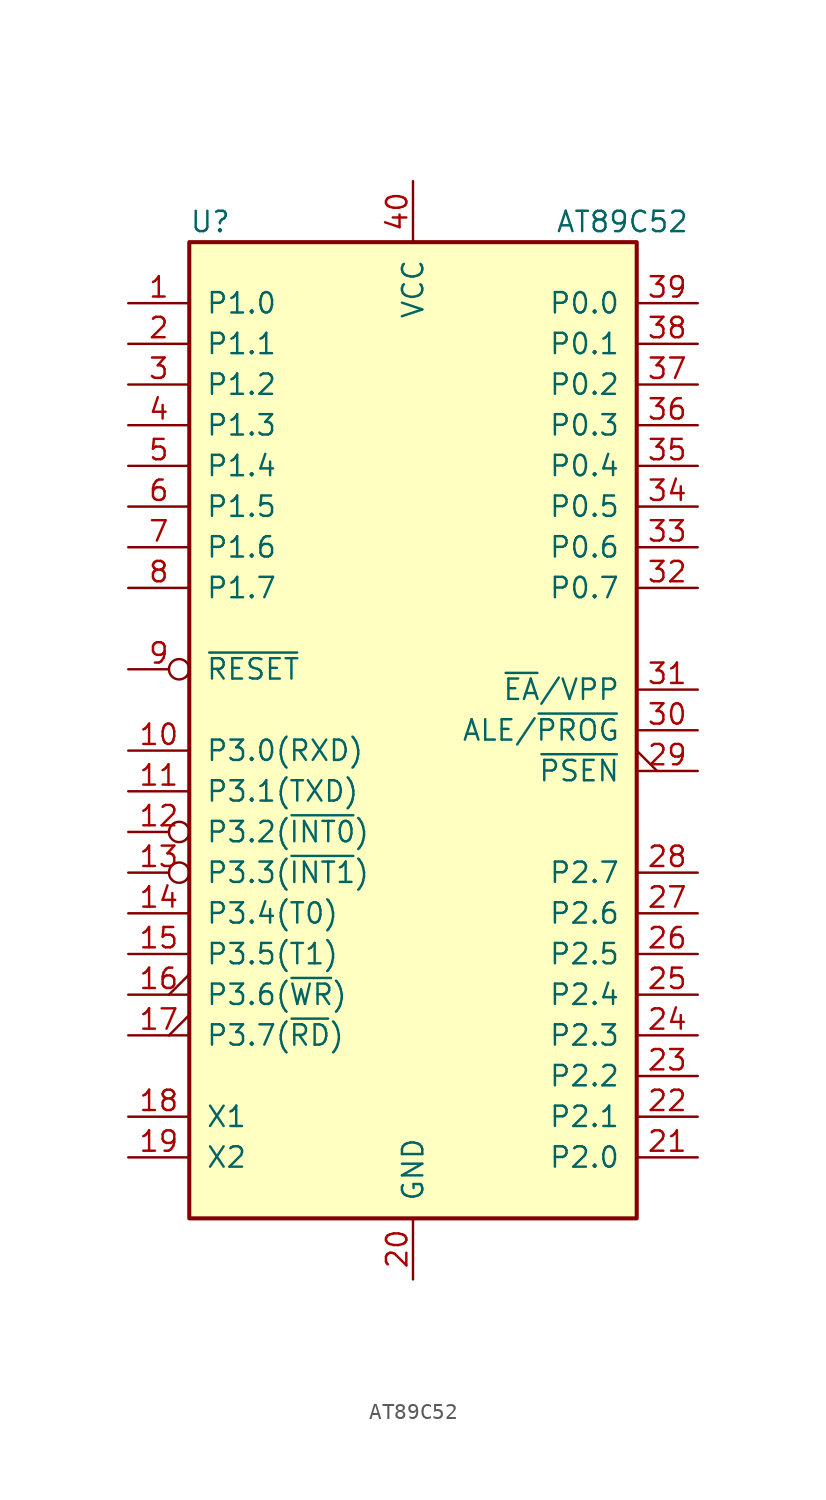
<source format=kicad_sym>
(kicad_symbol_lib
  (version 20220914)
  (generator kicad_symbol_editor)
  (symbol "AT89C52"
    (pin_names
      (offset 1.016))
    (property "Reference" "U"
      (at -13.97 31.75 0)
      (effects (font (size 1.27 1.27)) (justify left)))
    (property "Value" "AT89C52"
      (at 8.89 31.75 0)
      (effects (font (size 1.27 1.27)) (justify left)))
    (symbol "AT89C52_1_1"
      (rectangle (start -13.97 30.48) (end 13.97 -30.48) (stroke (width 0.254) (type default)) (fill (type background)))
      (pin bidirectional line (at -17.78 26.67 0) (length 3.81) (name "P1.0" (effects (font (size 1.27 1.27)))) (number "1" (effects (font (size 1.27 1.27)))))
      (pin bidirectional line (at -17.78 -1.27 0) (length 3.81) (name "P3.0(RXD)" (effects (font (size 1.27 1.27)))) (number "10" (effects (font (size 1.27 1.27)))))
      (pin bidirectional line (at -17.78 -3.81 0) (length 3.81) (name "P3.1(TXD)" (effects (font (size 1.27 1.27)))) (number "11" (effects (font (size 1.27 1.27)))))
      (pin input inverted (at -17.78 -6.35 0) (length 3.81) (name "P3.2(~{INT0})" (effects (font (size 1.27 1.27)))) (number "12" (effects (font (size 1.27 1.27)))))
      (pin input inverted (at -17.78 -8.89 0) (length 3.81) (name "P3.3(~{INT1})" (effects (font (size 1.27 1.27)))) (number "13" (effects (font (size 1.27 1.27)))))
      (pin input line (at -17.78 -11.43 0) (length 3.81) (name "P3.4(T0)" (effects (font (size 1.27 1.27)))) (number "14" (effects (font (size 1.27 1.27)))))
      (pin input line (at -17.78 -13.97 0) (length 3.81) (name "P3.5(T1)" (effects (font (size 1.27 1.27)))) (number "15" (effects (font (size 1.27 1.27)))))
      (pin output output_low (at -17.78 -16.51 0) (length 3.81) (name "P3.6(~{WR})" (effects (font (size 1.27 1.27)))) (number "16" (effects (font (size 1.27 1.27)))))
      (pin output output_low (at -17.78 -19.05 0) (length 3.81) (name "P3.7(~{RD})" (effects (font (size 1.27 1.27)))) (number "17" (effects (font (size 1.27 1.27)))))
      (pin input line (at -17.78 -24.13 0) (length 3.81) (name "X1" (effects (font (size 1.27 1.27)))) (number "18" (effects (font (size 1.27 1.27)))))
      (pin output line (at -17.78 -26.67 0) (length 3.81) (name "X2" (effects (font (size 1.27 1.27)))) (number "19" (effects (font (size 1.27 1.27)))))
      (pin bidirectional line (at -17.78 24.13 0) (length 3.81) (name "P1.1" (effects (font (size 1.27 1.27)))) (number "2" (effects (font (size 1.27 1.27)))))
      (pin power_in line (at 0 -34.29 90) (length 3.81) (name "GND" (effects (font (size 1.27 1.27)))) (number "20" (effects (font (size 1.27 1.27)))))
      (pin bidirectional line (at 17.78 -26.67 180) (length 3.81) (name "P2.0" (effects (font (size 1.27 1.27)))) (number "21" (effects (font (size 1.27 1.27)))))
      (pin bidirectional line (at 17.78 -24.13 180) (length 3.81) (name "P2.1" (effects (font (size 1.27 1.27)))) (number "22" (effects (font (size 1.27 1.27)))))
      (pin bidirectional line (at 17.78 -21.59 180) (length 3.81) (name "P2.2" (effects (font (size 1.27 1.27)))) (number "23" (effects (font (size 1.27 1.27)))))
      (pin bidirectional line (at 17.78 -19.05 180) (length 3.81) (name "P2.3" (effects (font (size 1.27 1.27)))) (number "24" (effects (font (size 1.27 1.27)))))
      (pin bidirectional line (at 17.78 -16.51 180) (length 3.81) (name "P2.4" (effects (font (size 1.27 1.27)))) (number "25" (effects (font (size 1.27 1.27)))))
      (pin bidirectional line (at 17.78 -13.97 180) (length 3.81) (name "P2.5" (effects (font (size 1.27 1.27)))) (number "26" (effects (font (size 1.27 1.27)))))
      (pin bidirectional line (at 17.78 -11.43 180) (length 3.81) (name "P2.6" (effects (font (size 1.27 1.27)))) (number "27" (effects (font (size 1.27 1.27)))))
      (pin bidirectional line (at 17.78 -8.89 180) (length 3.81) (name "P2.7" (effects (font (size 1.27 1.27)))) (number "28" (effects (font (size 1.27 1.27)))))
      (pin output output_low (at 17.78 -2.54 180) (length 3.81) (name "~{PSEN}" (effects (font (size 1.27 1.27)))) (number "29" (effects (font (size 1.27 1.27)))))
      (pin bidirectional line (at -17.78 21.59 0) (length 3.81) (name "P1.2" (effects (font (size 1.27 1.27)))) (number "3" (effects (font (size 1.27 1.27)))))
      (pin output line (at 17.78 0 180) (length 3.81) (name "ALE/~{PROG}" (effects (font (size 1.27 1.27)))) (number "30" (effects (font (size 1.27 1.27)))))
      (pin input line (at 17.78 2.54 180) (length 3.81) (name "~{EA}/VPP" (effects (font (size 1.27 1.27)))) (number "31" (effects (font (size 1.27 1.27)))))
      (pin bidirectional line (at 17.78 8.89 180) (length 3.81) (name "P0.7" (effects (font (size 1.27 1.27)))) (number "32" (effects (font (size 1.27 1.27)))))
      (pin bidirectional line (at 17.78 11.43 180) (length 3.81) (name "P0.6" (effects (font (size 1.27 1.27)))) (number "33" (effects (font (size 1.27 1.27)))))
      (pin bidirectional line (at 17.78 13.97 180) (length 3.81) (name "P0.5" (effects (font (size 1.27 1.27)))) (number "34" (effects (font (size 1.27 1.27)))))
      (pin bidirectional line (at 17.78 16.51 180) (length 3.81) (name "P0.4" (effects (font (size 1.27 1.27)))) (number "35" (effects (font (size 1.27 1.27)))))
      (pin bidirectional line (at 17.78 19.05 180) (length 3.81) (name "P0.3" (effects (font (size 1.27 1.27)))) (number "36" (effects (font (size 1.27 1.27)))))
      (pin bidirectional line (at 17.78 21.59 180) (length 3.81) (name "P0.2" (effects (font (size 1.27 1.27)))) (number "37" (effects (font (size 1.27 1.27)))))
      (pin bidirectional line (at 17.78 24.13 180) (length 3.81) (name "P0.1" (effects (font (size 1.27 1.27)))) (number "38" (effects (font (size 1.27 1.27)))))
      (pin bidirectional line (at 17.78 26.67 180) (length 3.81) (name "P0.0" (effects (font (size 1.27 1.27)))) (number "39" (effects (font (size 1.27 1.27)))))
      (pin bidirectional line (at -17.78 19.05 0) (length 3.81) (name "P1.3" (effects (font (size 1.27 1.27)))) (number "4" (effects (font (size 1.27 1.27)))))
      (pin power_in line (at 0 34.29 270) (length 3.81) (name "VCC" (effects (font (size 1.27 1.27)))) (number "40" (effects (font (size 1.27 1.27)))))
      (pin bidirectional line (at -17.78 16.51 0) (length 3.81) (name "P1.4" (effects (font (size 1.27 1.27)))) (number "5" (effects (font (size 1.27 1.27)))))
      (pin bidirectional line (at -17.78 13.97 0) (length 3.81) (name "P1.5" (effects (font (size 1.27 1.27)))) (number "6" (effects (font (size 1.27 1.27)))))
      (pin bidirectional line (at -17.78 11.43 0) (length 3.81) (name "P1.6" (effects (font (size 1.27 1.27)))) (number "7" (effects (font (size 1.27 1.27)))))
      (pin bidirectional line (at -17.78 8.89 0) (length 3.81) (name "P1.7" (effects (font (size 1.27 1.27)))) (number "8" (effects (font (size 1.27 1.27)))))
      (pin input inverted (at -17.78 3.81 0) (length 3.81) (name "~{RESET}" (effects (font (size 1.27 1.27)))) (number "9" (effects (font (size 1.27 1.27))))))))
</source>
